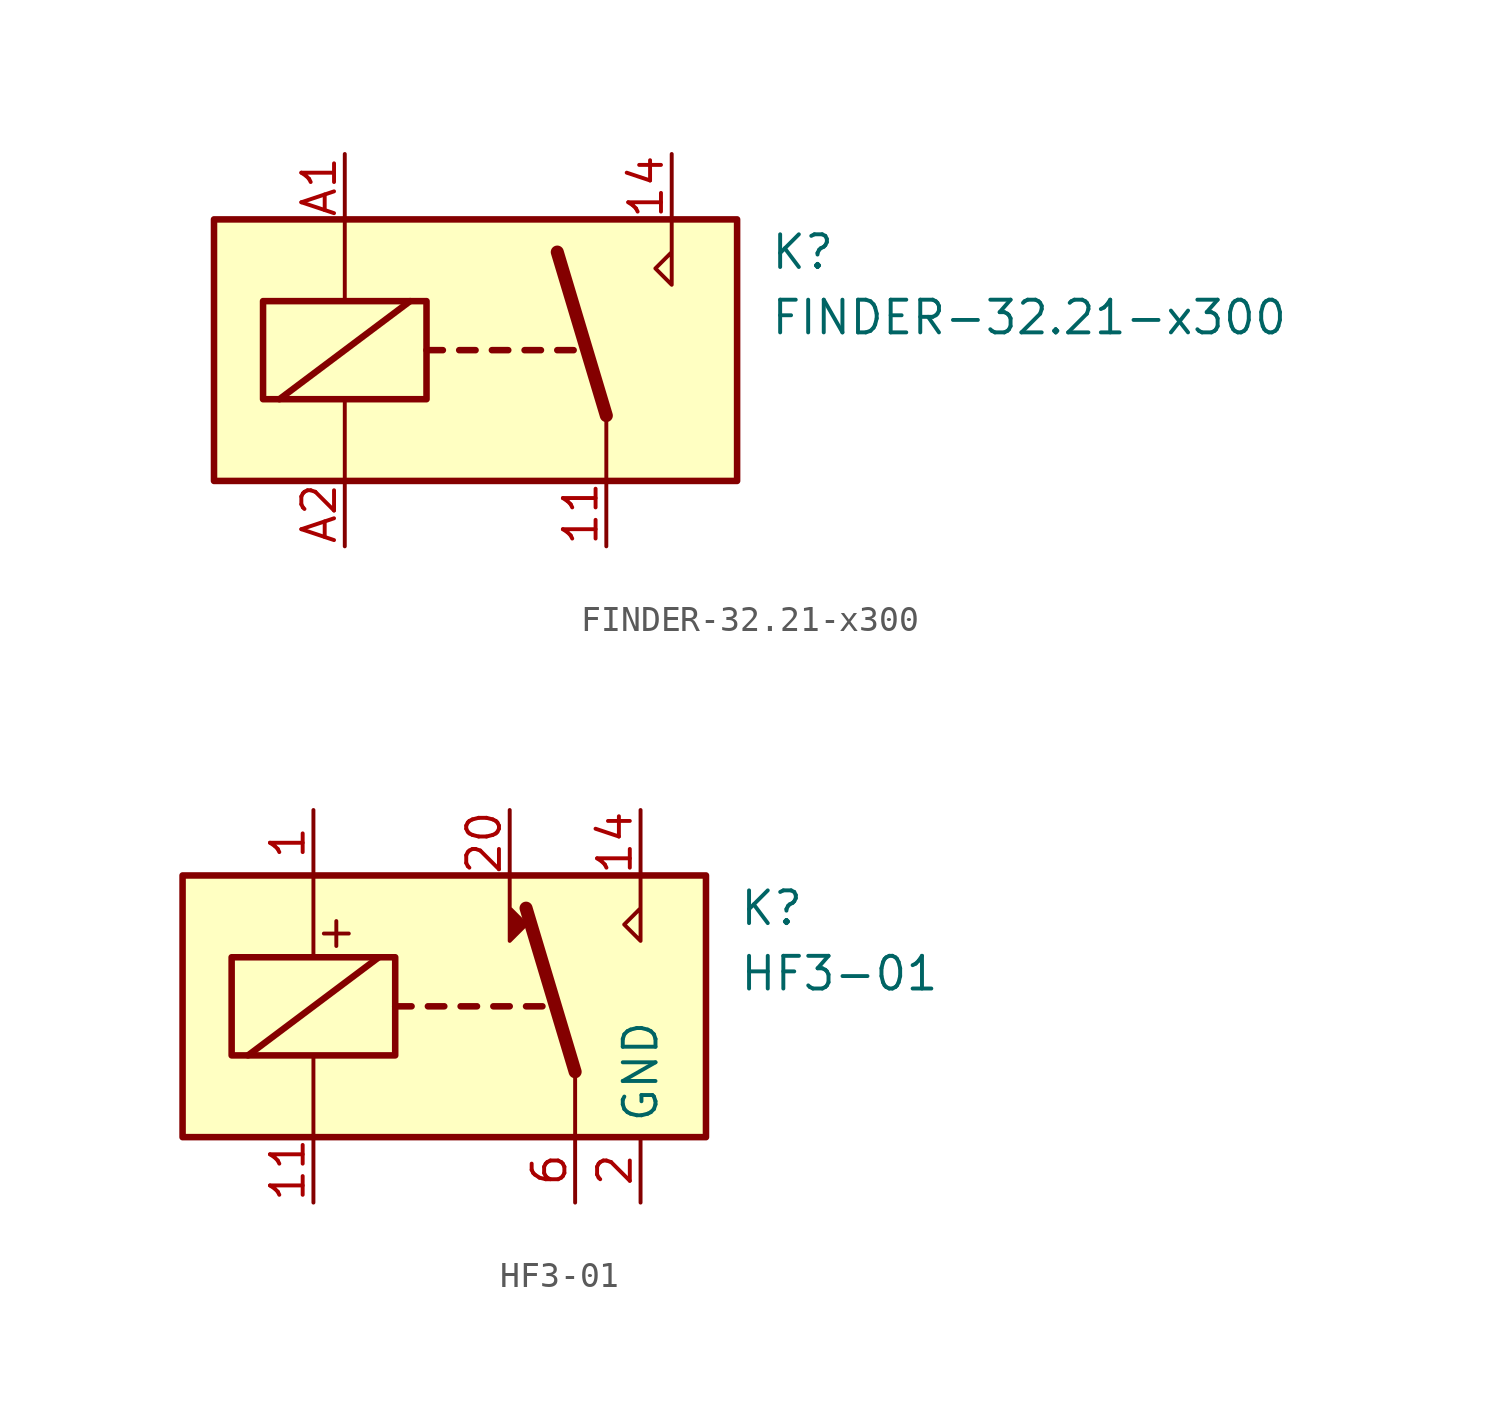
<source format=kicad_sym>
(kicad_symbol_lib
  (version 20220914)
  (generator kicad_symbol_editor)
  (symbol "FINDER-32.21-x300"
    (property "Reference" "K"
      (at 11.43 3.81 0)
      (effects (font (size 1.27 1.27)) (justify left)))
    (property "Value" "FINDER-32.21-x300"
      (at 11.43 1.27 0)
      (effects (font (size 1.27 1.27)) (justify left)))
    (symbol "FINDER-32.21-x300_0_1"
      (rectangle (start -10.16 5.08) (end 10.16 -5.08) (stroke (width 0.254) (type default)) (fill (type background)))
      (rectangle (start -8.255 1.905) (end -1.905 -1.905) (stroke (width 0.254) (type default)) (fill (type none)))
      (polyline (pts (xy -7.62 -1.905) (xy -2.54 1.905)) (stroke (width 0.254) (type default)) (fill (type none)))
      (polyline (pts (xy -5.08 -5.08) (xy -5.08 -1.905)) (stroke (width 0) (type default)) (fill (type none)))
      (polyline (pts (xy -5.08 5.08) (xy -5.08 1.905)) (stroke (width 0) (type default)) (fill (type none)))
      (polyline (pts (xy -1.905 0) (xy -1.27 0)) (stroke (width 0.254) (type default)) (fill (type none)))
      (polyline (pts (xy -0.635 0) (xy 0 0)) (stroke (width 0.254) (type default)) (fill (type none)))
      (polyline (pts (xy 0.635 0) (xy 1.27 0)) (stroke (width 0.254) (type default)) (fill (type none)))
      (polyline (pts (xy 1.905 0) (xy 2.54 0)) (stroke (width 0.254) (type default)) (fill (type none)))
      (polyline (pts (xy 3.175 0) (xy 3.81 0)) (stroke (width 0.254) (type default)) (fill (type none)))
      (polyline (pts (xy 5.08 -2.54) (xy 3.175 3.81)) (stroke (width 0.508) (type default)) (fill (type none)))
      (polyline (pts (xy 5.08 -2.54) (xy 5.08 -5.08)) (stroke (width 0) (type default)) (fill (type none)))
      (polyline (pts (xy 7.62 5.08) (xy 7.62 2.54) (xy 6.985 3.175) (xy 7.62 3.81)) (stroke (width 0) (type default)) (fill (type none))))
    (symbol "FINDER-32.21-x300_1_1"
      (pin passive line (at 5.08 -7.62 90) (length 2.54) (name "~" (effects (font (size 1.27 1.27)))) (number "11" (effects (font (size 1.27 1.27)))))
      (pin passive line (at 7.62 7.62 270) (length 2.54) (name "~" (effects (font (size 1.27 1.27)))) (number "14" (effects (font (size 1.27 1.27)))))
      (pin passive line (at -5.08 7.62 270) (length 2.54) (name "~" (effects (font (size 1.27 1.27)))) (number "A1" (effects (font (size 1.27 1.27)))))
      (pin passive line (at -5.08 -7.62 90) (length 2.54) (name "~" (effects (font (size 1.27 1.27)))) (number "A2" (effects (font (size 1.27 1.27)))))))
  (symbol "HF3-01"
    (property "Reference" "K"
      (at 11.43 3.81 0)
      (effects (font (size 1.27 1.27)) (justify left)))
    (property "Value" "HF3-01"
      (at 11.43 1.27 0)
      (effects (font (size 1.27 1.27)) (justify left)))
    (symbol "HF3-01_0_0"
      (polyline (pts (xy 7.62 5.08) (xy 7.62 2.54) (xy 6.985 3.175) (xy 7.62 3.81)) (stroke (width 0) (type default)) (fill (type none)))
      (text "+" (at -4.191 2.921 0) (effects (font (size 1.27 1.27)))))
    (symbol "HF3-01_0_1"
      (rectangle (start -10.16 5.08) (end 10.16 -5.08) (stroke (width 0.254) (type default)) (fill (type background)))
      (rectangle (start -8.255 1.905) (end -1.905 -1.905) (stroke (width 0.254) (type default)) (fill (type none)))
      (polyline (pts (xy -7.62 -1.905) (xy -2.54 1.905)) (stroke (width 0.254) (type default)) (fill (type none)))
      (polyline (pts (xy -5.08 -5.08) (xy -5.08 -1.905)) (stroke (width 0) (type default)) (fill (type none)))
      (polyline (pts (xy -5.08 5.08) (xy -5.08 1.905)) (stroke (width 0) (type default)) (fill (type none)))
      (polyline (pts (xy -1.905 0) (xy -1.27 0)) (stroke (width 0.254) (type default)) (fill (type none)))
      (polyline (pts (xy -0.635 0) (xy 0 0)) (stroke (width 0.254) (type default)) (fill (type none)))
      (polyline (pts (xy 0.635 0) (xy 1.27 0)) (stroke (width 0.254) (type default)) (fill (type none)))
      (polyline (pts (xy 1.905 0) (xy 2.54 0)) (stroke (width 0.254) (type default)) (fill (type none)))
      (polyline (pts (xy 3.175 0) (xy 3.81 0)) (stroke (width 0.254) (type default)) (fill (type none)))
      (polyline (pts (xy 5.08 -2.54) (xy 3.175 3.81)) (stroke (width 0.508) (type default)) (fill (type none)))
      (polyline (pts (xy 5.08 -2.54) (xy 5.08 -5.08)) (stroke (width 0) (type default)) (fill (type none)))
      (polyline (pts (xy 2.54 5.08) (xy 2.54 2.54) (xy 3.175 3.175) (xy 2.54 3.81)) (stroke (width 0) (type default)) (fill (type outline))))
    (symbol "HF3-01_1_1"
      (pin passive line (at -5.08 7.62 270) (length 2.54) (name "~" (effects (font (size 1.27 1.27)))) (number "1" (effects (font (size 1.27 1.27)))))
      (pin passive line (at 7.62 -7.62 90) (length 2.54) hide (name "GND" (effects (font (size 1.27 1.27)))) (number "10" (effects (font (size 1.27 1.27)))))
      (pin passive line (at -5.08 -7.62 90) (length 2.54) (name "~" (effects (font (size 1.27 1.27)))) (number "11" (effects (font (size 1.27 1.27)))))
      (pin passive line (at 7.62 -7.62 90) (length 2.54) hide (name "GND" (effects (font (size 1.27 1.27)))) (number "12" (effects (font (size 1.27 1.27)))))
      (pin passive line (at 7.62 -7.62 90) (length 2.54) hide (name "GND" (effects (font (size 1.27 1.27)))) (number "13" (effects (font (size 1.27 1.27)))))
      (pin passive line (at 7.62 7.62 270) (length 2.54) (name "~" (effects (font (size 1.27 1.27)))) (number "14" (effects (font (size 1.27 1.27)))))
      (pin passive line (at 7.62 -7.62 90) (length 2.54) hide (name "GND" (effects (font (size 1.27 1.27)))) (number "15" (effects (font (size 1.27 1.27)))))
      (pin passive line (at 7.62 -7.62 90) (length 2.54) hide (name "GND" (effects (font (size 1.27 1.27)))) (number "17" (effects (font (size 1.27 1.27)))))
      (pin passive line (at 7.62 -7.62 90) (length 2.54) hide (name "GND" (effects (font (size 1.27 1.27)))) (number "19" (effects (font (size 1.27 1.27)))))
      (pin power_in line (at 7.62 -7.62 90) (length 2.54) (name "GND" (effects (font (size 1.27 1.27)))) (number "2" (effects (font (size 1.27 1.27)))))
      (pin passive line (at 2.54 7.62 270) (length 2.54) (name "~" (effects (font (size 1.27 1.27)))) (number "20" (effects (font (size 1.27 1.27)))))
      (pin passive line (at 7.62 -7.62 90) (length 2.54) hide (name "GND" (effects (font (size 1.27 1.27)))) (number "21" (effects (font (size 1.27 1.27)))))
      (pin passive line (at 7.62 -7.62 90) (length 2.54) hide (name "GND" (effects (font (size 1.27 1.27)))) (number "22" (effects (font (size 1.27 1.27)))))
      (pin passive line (at 7.62 -7.62 90) (length 2.54) hide (name "GND" (effects (font (size 1.27 1.27)))) (number "5" (effects (font (size 1.27 1.27)))))
      (pin passive line (at 5.08 -7.62 90) (length 2.54) (name "~" (effects (font (size 1.27 1.27)))) (number "6" (effects (font (size 1.27 1.27)))))
      (pin passive line (at 7.62 -7.62 90) (length 2.54) hide (name "GND" (effects (font (size 1.27 1.27)))) (number "7" (effects (font (size 1.27 1.27))))))))
</source>
